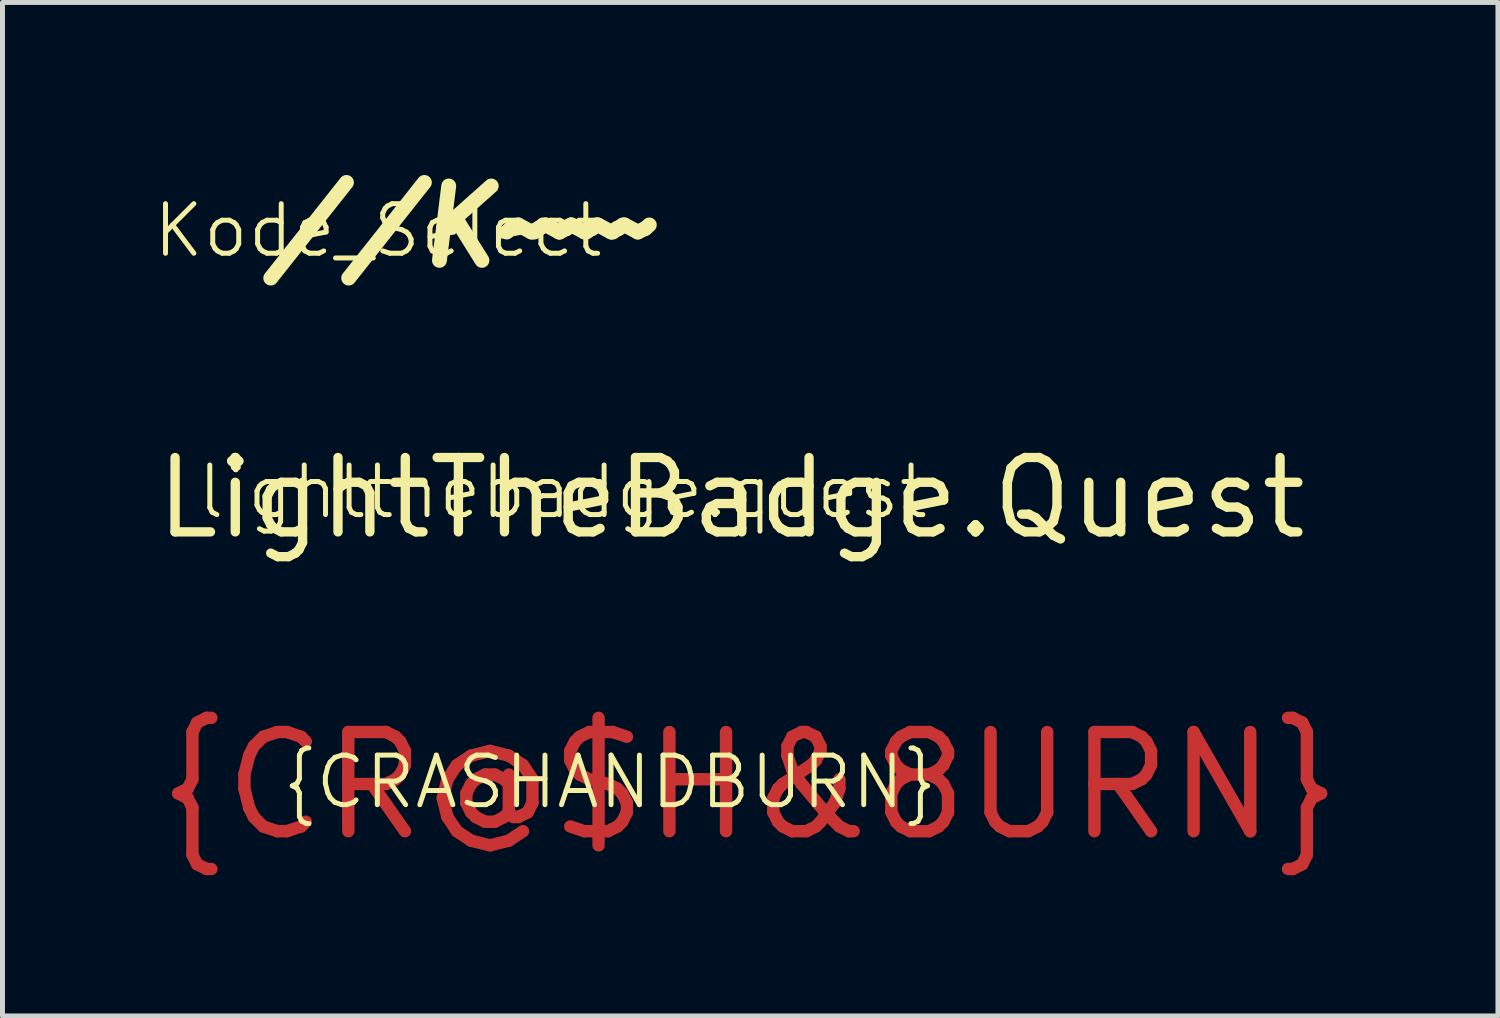
<source format=kicad_pcb>
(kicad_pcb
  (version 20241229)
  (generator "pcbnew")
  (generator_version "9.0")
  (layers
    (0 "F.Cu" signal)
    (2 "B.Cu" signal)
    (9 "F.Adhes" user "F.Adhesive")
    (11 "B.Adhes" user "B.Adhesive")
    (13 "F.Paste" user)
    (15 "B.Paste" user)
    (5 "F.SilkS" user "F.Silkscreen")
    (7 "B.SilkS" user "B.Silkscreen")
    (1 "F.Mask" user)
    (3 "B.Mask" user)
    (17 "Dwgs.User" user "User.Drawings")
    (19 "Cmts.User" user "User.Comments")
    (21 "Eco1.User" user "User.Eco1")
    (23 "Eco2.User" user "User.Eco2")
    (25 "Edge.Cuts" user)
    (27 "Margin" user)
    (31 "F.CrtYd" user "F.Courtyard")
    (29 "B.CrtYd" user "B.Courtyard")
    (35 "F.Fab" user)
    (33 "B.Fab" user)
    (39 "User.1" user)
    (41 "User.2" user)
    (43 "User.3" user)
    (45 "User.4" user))
  (footprint "lightthebadge.quest"
    (layer "F.Cu")
    (at 8.3 7.37)
    (property "Reference" "lightthebadge.quest" (at 0 -0.5 0) (unlocked yes) (layer "F.SilkS") (effects (font (size 1 1) (thickness 0.1))))
    (attr smd)
    (fp_text user "LightTheBadge.Quest" (at -8.3 0.5 0) (unlocked yes) (layer "F.SilkS") (effects (font (size 1.5 1.5) (thickness 0.188)) (justify left bottom))))
  (footprint "Kode_Select"
    (layer "F.Cu")
    (at 4.574 2.1)
    (property "Reference" "Kode_Select" (at 0 -0.5 0) (unlocked yes) (layer "F.SilkS") (effects (font (size 1 1) (thickness 0.1))))
    (attr smd)
    (fp_text user "//K~~~" (at -2.45 0.3 0) (unlocked yes) (layer "F.SilkS") (effects (font (size 1.5 1.5) (thickness 0.3) (bold yes) (italic yes)) (justify left bottom)))
    (fp_text user "~" (at 3.8 0.3 0) (unlocked yes) (layer "F.SilkS") (effects (font (size 1.5 1.5) (thickness 0.3) (bold yes) (italic yes)) (justify left bottom)))
    (fp_text user "~" (at 2.75 0.3 0) (unlocked yes) (layer "F.SilkS") (effects (font (size 1.5 1.5) (thickness 0.3) (bold yes) (italic yes)) (justify left bottom))))
  (footprint "{CRASHANDBURN}"
    (layer "F.Cu")
    (at 9.25 13.221)
    (property "Reference" "{CRASHANDBURN}" (at 0 -0.5 0) (unlocked yes) (layer "F.SilkS") (effects (font (size 1 1) (thickness 0.1))))
    (attr smd)
    (fp_text user "{CR@$H&8URN}" (at -9.25 0.75 0) (unlocked yes) (layer "F.Cu") (effects (font (size 2 2) (thickness 0.25)) (justify left bottom))))
  (gr_rect
    (start -3 -3)
    (end 27.16 17.439)
    (stroke (width 0.1) (type default))
    (fill no)
    (layer "Edge.Cuts")))
</source>
